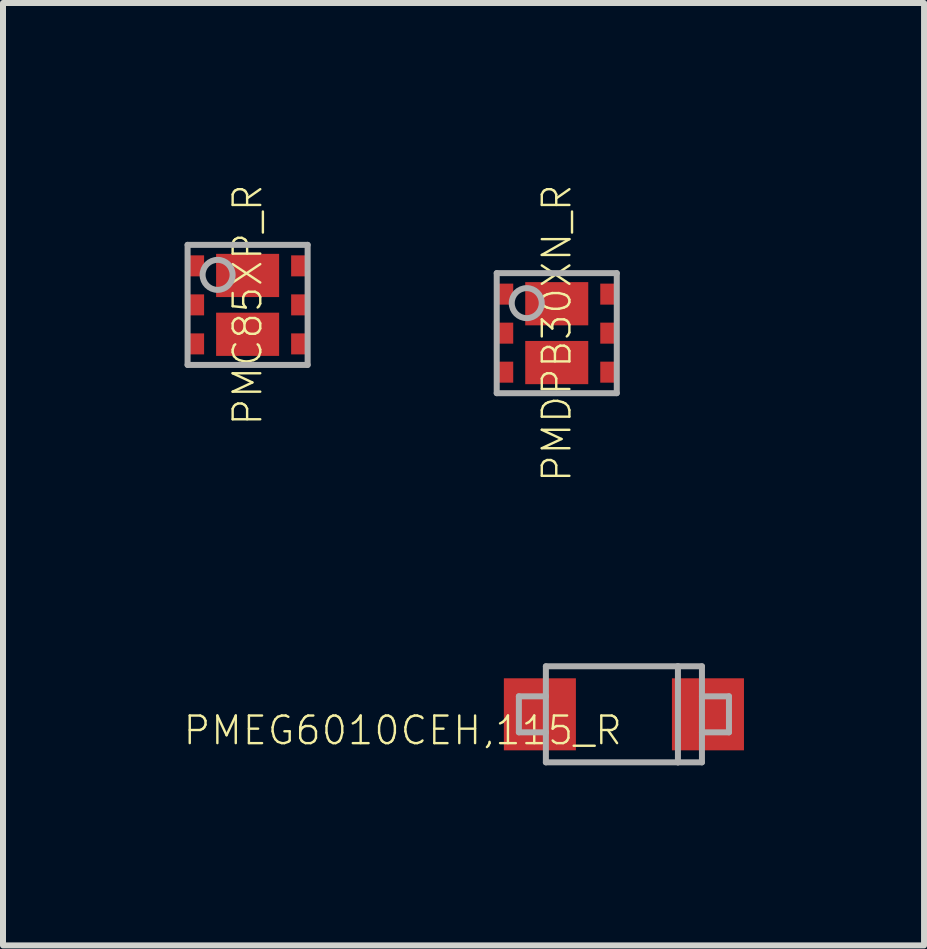
<source format=kicad_pcb>
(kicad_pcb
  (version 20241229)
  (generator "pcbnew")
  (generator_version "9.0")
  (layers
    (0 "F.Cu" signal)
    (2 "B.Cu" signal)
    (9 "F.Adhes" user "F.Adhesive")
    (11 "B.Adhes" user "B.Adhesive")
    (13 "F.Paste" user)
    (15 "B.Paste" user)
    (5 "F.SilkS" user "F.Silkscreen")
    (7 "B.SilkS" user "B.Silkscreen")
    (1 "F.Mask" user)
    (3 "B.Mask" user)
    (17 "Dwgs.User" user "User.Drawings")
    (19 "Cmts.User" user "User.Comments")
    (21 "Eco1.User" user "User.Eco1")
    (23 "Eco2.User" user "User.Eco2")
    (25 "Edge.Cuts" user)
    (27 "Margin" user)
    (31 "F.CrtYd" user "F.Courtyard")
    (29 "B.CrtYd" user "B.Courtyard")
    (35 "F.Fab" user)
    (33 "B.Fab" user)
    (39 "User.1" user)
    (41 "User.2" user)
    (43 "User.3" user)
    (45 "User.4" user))
  (footprint "PMEG6010CEH,115_R"
    (layer "F.Cu")
    (at 7.344 8.85)
    (property "Reference" "PMEG6010CEH,115_R" (at 0 0 0) (unlocked yes) (layer "F.SilkS") (effects (font (size 0.46 0.46) (thickness 0.04)) (justify right top)))
    (fp_poly (pts (xy -0.8 0.6) (xy -2 0.6) (xy -2 -0.6) (xy -0.8 -0.6)) (stroke (width 0) (type default)) (fill yes) (layer "F.Paste"))
    (fp_poly (pts (xy 2 0.6) (xy 0.8 0.6) (xy 0.8 -0.6) (xy 2 -0.6)) (stroke (width 0) (type default)) (fill yes) (layer "F.Paste"))
    (fp_line (start -1.75 -0.3) (end -1.75 0.3) (stroke (width 0.1) (type solid)) (layer "F.Fab"))
    (fp_line (start -1.75 0.3) (end -1.3 0.3) (stroke (width 0.1) (type solid)) (layer "F.Fab"))
    (fp_line (start -1.3 -0.8) (end -1.3 -0.3) (stroke (width 0.1) (type solid)) (layer "F.Fab"))
    (fp_line (start -1.3 -0.3) (end -1.75 -0.3) (stroke (width 0.1) (type solid)) (layer "F.Fab"))
    (fp_line (start -1.3 -0.3) (end -1.3 0.3) (stroke (width 0.1) (type solid)) (layer "F.Fab"))
    (fp_line (start -1.3 0.3) (end -1.3 0.8) (stroke (width 0.1) (type solid)) (layer "F.Fab"))
    (fp_line (start -1.3 0.8) (end 0.9 0.8) (stroke (width 0.1) (type solid)) (layer "F.Fab"))
    (fp_line (start 0.9 -0.8) (end -1.3 -0.8) (stroke (width 0.1) (type solid)) (layer "F.Fab"))
    (fp_line (start 0.9 -0.8) (end 0.9 0.8) (stroke (width 0.1) (type solid)) (layer "F.Fab"))
    (fp_line (start 0.9 0.8) (end 1.3 0.8) (stroke (width 0.1) (type solid)) (layer "F.Fab"))
    (fp_line (start 1.3 -0.8) (end 0.9 -0.8) (stroke (width 0.1) (type solid)) (layer "F.Fab"))
    (fp_line (start 1.3 -0.3) (end 1.3 -0.8) (stroke (width 0.1) (type solid)) (layer "F.Fab"))
    (fp_line (start 1.3 -0.3) (end 1.75 -0.3) (stroke (width 0.1) (type solid)) (layer "F.Fab"))
    (fp_line (start 1.3 0.3) (end 1.3 -0.3) (stroke (width 0.1) (type solid)) (layer "F.Fab"))
    (fp_line (start 1.3 0.8) (end 1.3 0.3) (stroke (width 0.1) (type solid)) (layer "F.Fab"))
    (fp_line (start 1.75 -0.3) (end 1.75 0.3) (stroke (width 0.1) (type solid)) (layer "F.Fab"))
    (fp_line (start 1.75 0.3) (end 1.3 0.3) (stroke (width 0.1) (type solid)) (layer "F.Fab"))
    (pad "1" smd rect (at 1.4 0) (size 1.2 1.2) (layers "F.Cu" "F.Mask"))
    (pad "2" smd rect (at -1.4 0) (size 1.2 1.2) (layers "F.Cu" "F.Mask")))
  (footprint "PMDPB30XN_R"
    (layer "F.Cu")
    (at 6.225 2.5)
    (property "Reference" "PMDPB30XN_R" (at 0 0 90) (unlocked yes) (layer "F.SilkS") (effects (font (size 0.46 0.46) (thickness 0.04))))
    (fp_poly (pts (xy -1.075 -0.875) (xy -1.075 -0.425) (xy -0.675 -0.425) (xy -0.675 -0.875)) (stroke (width 0) (type default)) (fill yes) (layer "F.Mask"))
    (fp_poly (pts (xy -1.075 -0.225) (xy -1.075 0.225) (xy -0.675 0.225) (xy -0.675 -0.225)) (stroke (width 0) (type default)) (fill yes) (layer "F.Mask"))
    (fp_poly (pts (xy -1.075 0.425) (xy -1.075 0.875) (xy -0.675 0.875) (xy -0.675 0.425)) (stroke (width 0) (type default)) (fill yes) (layer "F.Mask"))
    (fp_poly (pts (xy -0.575 -0.902) (xy -0.575 -0.077) (xy 0.575 -0.077) (xy 0.575 -0.902)) (stroke (width 0) (type default)) (fill yes) (layer "F.Mask"))
    (fp_poly (pts (xy -0.575 0.077) (xy -0.575 0.902) (xy 0.575 0.902) (xy 0.575 0.077)) (stroke (width 0) (type default)) (fill yes) (layer "F.Mask"))
    (fp_poly (pts (xy 0.675 -0.875) (xy 0.675 -0.425) (xy 1.075 -0.425) (xy 1.075 -0.875)) (stroke (width 0) (type default)) (fill yes) (layer "F.Mask"))
    (fp_poly (pts (xy 0.675 -0.225) (xy 0.675 0.225) (xy 1.075 0.225) (xy 1.075 -0.225)) (stroke (width 0) (type default)) (fill yes) (layer "F.Mask"))
    (fp_poly (pts (xy 0.675 0.425) (xy 0.675 0.875) (xy 1.075 0.875) (xy 1.075 0.425)) (stroke (width 0) (type default)) (fill yes) (layer "F.Mask"))
    (fp_poly (pts (xy -0.1 -0.18) (xy -0.47 -0.18) (xy -0.47 -0.8) (xy -0.1 -0.8)) (stroke (width 0) (type default)) (fill yes) (layer "F.Paste"))
    (fp_poly (pts (xy -0.1 0.8) (xy -0.47 0.8) (xy -0.47 0.18) (xy -0.1 0.18)) (stroke (width 0) (type default)) (fill yes) (layer "F.Paste"))
    (fp_poly (pts (xy 0.47 -0.18) (xy 0.1 -0.18) (xy 0.1 -0.8) (xy 0.47 -0.8)) (stroke (width 0) (type default)) (fill yes) (layer "F.Paste"))
    (fp_poly (pts (xy 0.47 0.8) (xy 0.1 0.8) (xy 0.1 0.18) (xy 0.47 0.18)) (stroke (width 0) (type default)) (fill yes) (layer "F.Paste"))
    (fp_poly (pts (xy -0.725 -0.475) (xy -1.025 -0.475) (xy -1.025 -0.761) (xy -0.961 -0.825) (xy -0.725 -0.825)) (stroke (width 0) (type default)) (fill yes) (layer "F.Paste"))
    (fp_poly (pts (xy -0.725 0.175) (xy -1.025 0.175) (xy -1.025 -0.111) (xy -0.961 -0.175) (xy -0.725 -0.175)) (stroke (width 0) (type default)) (fill yes) (layer "F.Paste"))
    (fp_poly (pts (xy -0.725 0.825) (xy -1.025 0.825) (xy -1.025 0.539) (xy -0.961 0.475) (xy -0.725 0.475)) (stroke (width 0) (type default)) (fill yes) (layer "F.Paste"))
    (fp_poly (pts (xy 1.025 -0.475) (xy 0.725 -0.475) (xy 0.725 -0.761) (xy 0.789 -0.825) (xy 1.025 -0.825)) (stroke (width 0) (type default)) (fill yes) (layer "F.Paste"))
    (fp_poly (pts (xy 1.025 0.175) (xy 0.725 0.175) (xy 0.725 -0.111) (xy 0.789 -0.175) (xy 1.025 -0.175)) (stroke (width 0) (type default)) (fill yes) (layer "F.Paste"))
    (fp_poly (pts (xy 1.025 0.825) (xy 0.725 0.825) (xy 0.725 0.539) (xy 0.789 0.475) (xy 1.025 0.475)) (stroke (width 0) (type default)) (fill yes) (layer "F.Paste"))
    (fp_line (start -1 -1) (end -1 1) (stroke (width 0.1) (type solid)) (layer "F.Fab"))
    (fp_line (start -1 1) (end 1 1) (stroke (width 0.1) (type solid)) (layer "F.Fab"))
    (fp_line (start 1 -1) (end -1 -1) (stroke (width 0.1) (type solid)) (layer "F.Fab"))
    (fp_line (start 1 1) (end 1 -1) (stroke (width 0.1) (type solid)) (layer "F.Fab"))
    (fp_circle (center -0.5 -0.5) (end -0.25 -0.5) (stroke (width 0.1) (type solid)) (fill no) (layer "F.Fab"))
    (pad "1" smd rect (at -0.875 -0.65 270) (size 0.35 0.3) (layers "F.Cu"))
    (pad "2" smd rect (at -0.875 0 270) (size 0.35 0.3) (layers "F.Cu"))
    (pad "3" smd rect (at -0.875 0.65 270) (size 0.35 0.3) (layers "F.Cu"))
    (pad "4" smd rect (at 0.875 0.65 270) (size 0.35 0.3) (layers "F.Cu"))
    (pad "5" smd rect (at 0.875 0 270) (size 0.35 0.3) (layers "F.Cu"))
    (pad "6" smd rect (at 0.875 -0.65 270) (size 0.35 0.3) (layers "F.Cu"))
    (pad "7" smd rect (at 0 -0.49 270) (size 0.72 1.05) (layers "F.Cu"))
    (pad "8" smd rect (at 0 0.49 270) (size 0.72 1.05) (layers "F.Cu")))
  (footprint "PMC85XP_R"
    (layer "F.Cu")
    (at 1.075 2.029)
    (property "Reference" "PMC85XP_R" (at 0 0 90) (unlocked yes) (layer "F.SilkS") (effects (font (size 0.46 0.46) (thickness 0.04))))
    (fp_poly (pts (xy -1.075 -0.875) (xy -1.075 -0.425) (xy -0.675 -0.425) (xy -0.675 -0.875)) (stroke (width 0) (type default)) (fill yes) (layer "F.Mask"))
    (fp_poly (pts (xy -1.075 -0.225) (xy -1.075 0.225) (xy -0.675 0.225) (xy -0.675 -0.225)) (stroke (width 0) (type default)) (fill yes) (layer "F.Mask"))
    (fp_poly (pts (xy -1.075 0.425) (xy -1.075 0.875) (xy -0.675 0.875) (xy -0.675 0.425)) (stroke (width 0) (type default)) (fill yes) (layer "F.Mask"))
    (fp_poly (pts (xy -0.575 -0.902) (xy -0.575 -0.077) (xy 0.575 -0.077) (xy 0.575 -0.902)) (stroke (width 0) (type default)) (fill yes) (layer "F.Mask"))
    (fp_poly (pts (xy -0.575 0.077) (xy -0.575 0.902) (xy 0.575 0.902) (xy 0.575 0.077)) (stroke (width 0) (type default)) (fill yes) (layer "F.Mask"))
    (fp_poly (pts (xy 0.675 -0.875) (xy 0.675 -0.425) (xy 1.075 -0.425) (xy 1.075 -0.875)) (stroke (width 0) (type default)) (fill yes) (layer "F.Mask"))
    (fp_poly (pts (xy 0.675 -0.225) (xy 0.675 0.225) (xy 1.075 0.225) (xy 1.075 -0.225)) (stroke (width 0) (type default)) (fill yes) (layer "F.Mask"))
    (fp_poly (pts (xy 0.675 0.425) (xy 0.675 0.875) (xy 1.075 0.875) (xy 1.075 0.425)) (stroke (width 0) (type default)) (fill yes) (layer "F.Mask"))
    (fp_poly (pts (xy -0.725 -0.475) (xy -1.025 -0.475) (xy -1.025 -0.825) (xy -0.725 -0.825)) (stroke (width 0) (type default)) (fill yes) (layer "F.Paste"))
    (fp_poly (pts (xy -0.725 0.175) (xy -1.025 0.175) (xy -1.025 -0.175) (xy -0.725 -0.175)) (stroke (width 0) (type default)) (fill yes) (layer "F.Paste"))
    (fp_poly (pts (xy -0.725 0.825) (xy -1.025 0.825) (xy -1.025 0.475) (xy -0.725 0.475)) (stroke (width 0) (type default)) (fill yes) (layer "F.Paste"))
    (fp_poly (pts (xy -0.05 -0.13) (xy -0.525 -0.13) (xy -0.525 -0.85) (xy -0.05 -0.85)) (stroke (width 0) (type default)) (fill yes) (layer "F.Paste"))
    (fp_poly (pts (xy -0.05 0.85) (xy -0.525 0.85) (xy -0.525 0.13) (xy -0.05 0.13)) (stroke (width 0) (type default)) (fill yes) (layer "F.Paste"))
    (fp_poly (pts (xy 0.525 -0.13) (xy 0.05 -0.13) (xy 0.05 -0.85) (xy 0.525 -0.85)) (stroke (width 0) (type default)) (fill yes) (layer "F.Paste"))
    (fp_poly (pts (xy 0.525 0.85) (xy 0.05 0.85) (xy 0.05 0.13) (xy 0.525 0.13)) (stroke (width 0) (type default)) (fill yes) (layer "F.Paste"))
    (fp_poly (pts (xy 1.025 -0.475) (xy 0.725 -0.475) (xy 0.725 -0.825) (xy 1.025 -0.825)) (stroke (width 0) (type default)) (fill yes) (layer "F.Paste"))
    (fp_poly (pts (xy 1.025 0.175) (xy 0.725 0.175) (xy 0.725 -0.175) (xy 1.025 -0.175)) (stroke (width 0) (type default)) (fill yes) (layer "F.Paste"))
    (fp_poly (pts (xy 1.025 0.825) (xy 0.725 0.825) (xy 0.725 0.475) (xy 1.025 0.475)) (stroke (width 0) (type default)) (fill yes) (layer "F.Paste"))
    (fp_line (start -1 -1) (end -1 1) (stroke (width 0.1) (type solid)) (layer "F.Fab"))
    (fp_line (start -1 1) (end 1 1) (stroke (width 0.1) (type solid)) (layer "F.Fab"))
    (fp_line (start 1 -1) (end -1 -1) (stroke (width 0.1) (type solid)) (layer "F.Fab"))
    (fp_line (start 1 1) (end 1 -1) (stroke (width 0.1) (type solid)) (layer "F.Fab"))
    (fp_circle (center -0.5 -0.5) (end -0.25 -0.5) (stroke (width 0.1) (type solid)) (fill no) (layer "F.Fab"))
    (pad "1" smd rect (at -0.875 -0.65 270) (size 0.35 0.3) (layers "F.Cu"))
    (pad "2" smd rect (at -0.875 0 270) (size 0.35 0.3) (layers "F.Cu"))
    (pad "3" smd rect (at -0.875 0.65 270) (size 0.35 0.3) (layers "F.Cu"))
    (pad "4" smd rect (at 0.875 0.65 270) (size 0.35 0.3) (layers "F.Cu"))
    (pad "5" smd rect (at 0.875 0 270) (size 0.35 0.3) (layers "F.Cu"))
    (pad "6" smd rect (at 0.875 -0.65 270) (size 0.35 0.3) (layers "F.Cu"))
    (pad "7" smd rect (at 0 -0.49 270) (size 0.72 1.05) (layers "F.Cu"))
    (pad "8" smd rect (at 0 0.49 270) (size 0.72 1.05) (layers "F.Cu")))
  (gr_rect
    (start -3 -3)
    (end 12.344 12.7)
    (stroke (width 0.1) (type default))
    (fill no)
    (layer "Edge.Cuts")))
</source>
